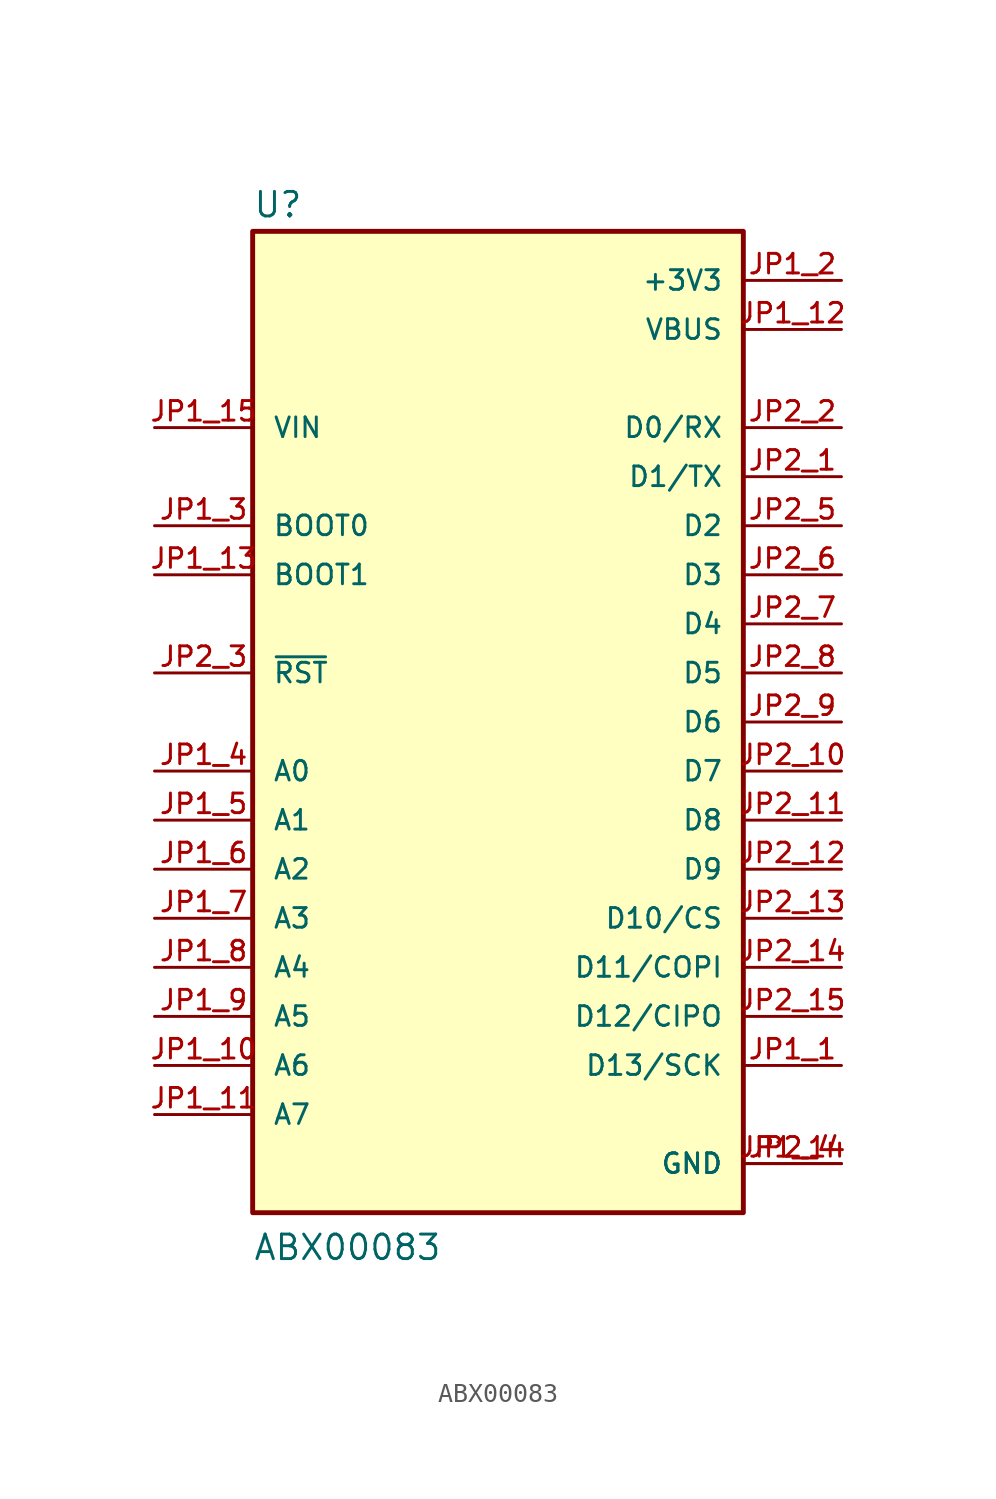
<source format=kicad_sym>
(kicad_symbol_lib
  (version 20211014)
  (generator kicad_symbol_editor)
  (symbol "ABX00083"
    (pin_names
      (offset 1.016))
    (property "Reference" "U"
      (at -12.7 26.035 0)
      (effects (font (size 1.27 1.27)) (justify bottom left)))
    (property "Value" "ABX00083"
      (at -12.7 -27.94 0)
      (effects (font (size 1.27 1.27)) (justify bottom left)))
    (symbol "ABX00083_0_0"
      (rectangle (start -12.7 -25.4) (end 12.7 25.4) (stroke (width 0.254)) (fill (type background)))
      (pin passive line (at 17.78 -17.78 180.0) (length 5.08) (name "D13/SCK" (effects (font (size 1.016 1.016)))) (number "JP1_1" (effects (font (size 1.016 1.016)))))
      (pin passive line (at 17.78 -12.7 180.0) (length 5.08) (name "D11/COPI" (effects (font (size 1.016 1.016)))) (number "JP2_14" (effects (font (size 1.016 1.016)))))
      (pin power_in line (at 17.78 22.86 180.0) (length 5.08) (name "+3V3" (effects (font (size 1.016 1.016)))) (number "JP1_2" (effects (font (size 1.016 1.016)))))
      (pin passive line (at 17.78 -10.16 180.0) (length 5.08) (name "D10/CS" (effects (font (size 1.016 1.016)))) (number "JP2_13" (effects (font (size 1.016 1.016)))))
      (pin passive line (at -17.78 10.16 0) (length 5.08) (name "BOOT0" (effects (font (size 1.016 1.016)))) (number "JP1_3" (effects (font (size 1.016 1.016)))))
      (pin input line (at -17.78 -2.54 0) (length 5.08) (name "A0" (effects (font (size 1.016 1.016)))) (number "JP1_4" (effects (font (size 1.016 1.016)))))
      (pin passive line (at 17.78 10.16 180.0) (length 5.08) (name "D2" (effects (font (size 1.016 1.016)))) (number "JP2_5" (effects (font (size 1.016 1.016)))))
      (pin passive line (at -17.78 2.54 0) (length 5.08) (name "~{RST}" (effects (font (size 1.016 1.016)))) (number "JP2_3" (effects (font (size 1.016 1.016)))))
      (pin passive line (at 17.78 15.24 180.0) (length 5.08) (name "D0/RX" (effects (font (size 1.016 1.016)))) (number "JP2_2" (effects (font (size 1.016 1.016)))))
      (pin passive line (at 17.78 12.7 180.0) (length 5.08) (name "D1/TX" (effects (font (size 1.016 1.016)))) (number "JP2_1" (effects (font (size 1.016 1.016)))))
      (pin power_in line (at 17.78 20.32 180.0) (length 5.08) (name "VBUS" (effects (font (size 1.016 1.016)))) (number "JP1_12" (effects (font (size 1.016 1.016)))))
      (pin passive line (at -17.78 7.62 0) (length 5.08) (name "BOOT1" (effects (font (size 1.016 1.016)))) (number "JP1_13" (effects (font (size 1.016 1.016)))))
      (pin power_in line (at 17.78 -22.86 180.0) (length 5.08) (name "GND" (effects (font (size 1.016 1.016)))) (number "JP1_14" (effects (font (size 1.016 1.016)))))
      (pin power_in line (at 17.78 -22.86 180.0) (length 5.08) (name "GND" (effects (font (size 1.016 1.016)))) (number "JP2_4" (effects (font (size 1.016 1.016)))))
      (pin input line (at -17.78 15.24 0) (length 5.08) (name "VIN" (effects (font (size 1.016 1.016)))) (number "JP1_15" (effects (font (size 1.016 1.016)))))
      (pin input line (at -17.78 -5.08 0) (length 5.08) (name "A1" (effects (font (size 1.016 1.016)))) (number "JP1_5" (effects (font (size 1.016 1.016)))))
      (pin input line (at -17.78 -7.62 0) (length 5.08) (name "A2" (effects (font (size 1.016 1.016)))) (number "JP1_6" (effects (font (size 1.016 1.016)))))
      (pin input line (at -17.78 -10.16 0) (length 5.08) (name "A3" (effects (font (size 1.016 1.016)))) (number "JP1_7" (effects (font (size 1.016 1.016)))))
      (pin input line (at -17.78 -12.7 0) (length 5.08) (name "A4" (effects (font (size 1.016 1.016)))) (number "JP1_8" (effects (font (size 1.016 1.016)))))
      (pin input line (at -17.78 -15.24 0) (length 5.08) (name "A5" (effects (font (size 1.016 1.016)))) (number "JP1_9" (effects (font (size 1.016 1.016)))))
      (pin input line (at -17.78 -17.78 0) (length 5.08) (name "A6" (effects (font (size 1.016 1.016)))) (number "JP1_10" (effects (font (size 1.016 1.016)))))
      (pin passive line (at 17.78 7.62 180.0) (length 5.08) (name "D3" (effects (font (size 1.016 1.016)))) (number "JP2_6" (effects (font (size 1.016 1.016)))))
      (pin passive line (at 17.78 5.08 180.0) (length 5.08) (name "D4" (effects (font (size 1.016 1.016)))) (number "JP2_7" (effects (font (size 1.016 1.016)))))
      (pin passive line (at 17.78 2.54 180.0) (length 5.08) (name "D5" (effects (font (size 1.016 1.016)))) (number "JP2_8" (effects (font (size 1.016 1.016)))))
      (pin passive line (at 17.78 0.0 180.0) (length 5.08) (name "D6" (effects (font (size 1.016 1.016)))) (number "JP2_9" (effects (font (size 1.016 1.016)))))
      (pin passive line (at 17.78 -2.54 180.0) (length 5.08) (name "D7" (effects (font (size 1.016 1.016)))) (number "JP2_10" (effects (font (size 1.016 1.016)))))
      (pin passive line (at 17.78 -5.08 180.0) (length 5.08) (name "D8" (effects (font (size 1.016 1.016)))) (number "JP2_11" (effects (font (size 1.016 1.016)))))
      (pin passive line (at 17.78 -7.62 180.0) (length 5.08) (name "D9" (effects (font (size 1.016 1.016)))) (number "JP2_12" (effects (font (size 1.016 1.016)))))
      (pin passive line (at 17.78 -15.24 180.0) (length 5.08) (name "D12/CIPO" (effects (font (size 1.016 1.016)))) (number "JP2_15" (effects (font (size 1.016 1.016)))))
      (pin input line (at -17.78 -20.32 0) (length 5.08) (name "A7" (effects (font (size 1.016 1.016)))) (number "JP1_11" (effects (font (size 1.016 1.016))))))))
</source>
